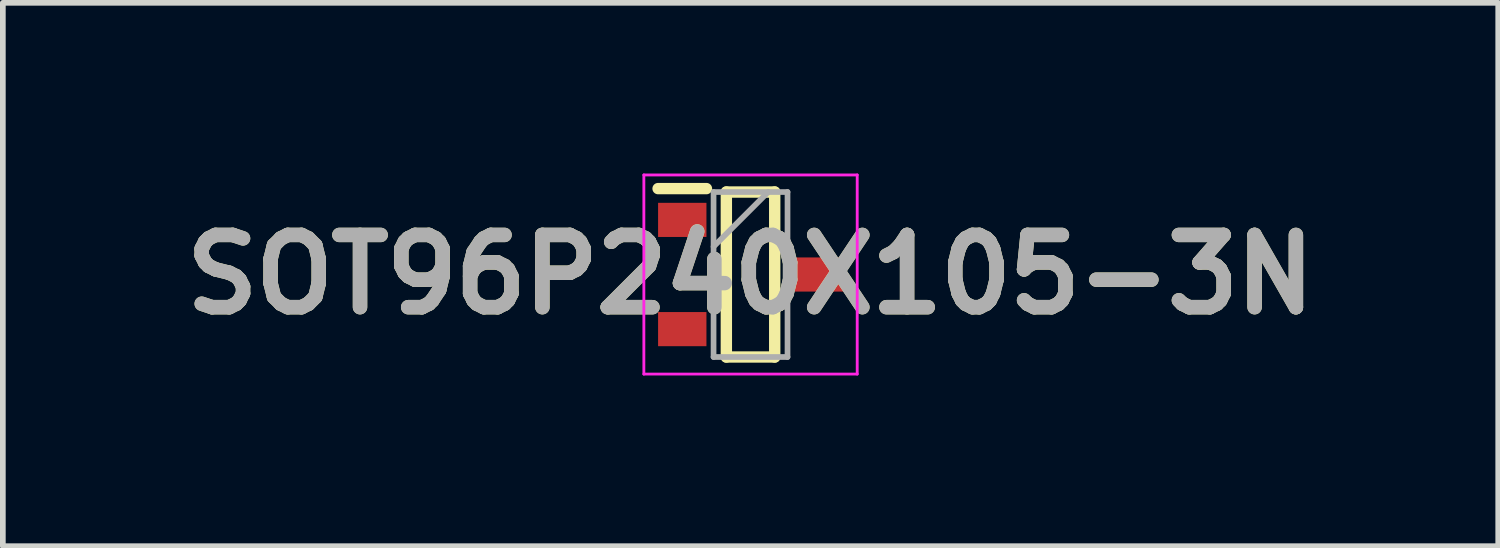
<source format=kicad_pcb>
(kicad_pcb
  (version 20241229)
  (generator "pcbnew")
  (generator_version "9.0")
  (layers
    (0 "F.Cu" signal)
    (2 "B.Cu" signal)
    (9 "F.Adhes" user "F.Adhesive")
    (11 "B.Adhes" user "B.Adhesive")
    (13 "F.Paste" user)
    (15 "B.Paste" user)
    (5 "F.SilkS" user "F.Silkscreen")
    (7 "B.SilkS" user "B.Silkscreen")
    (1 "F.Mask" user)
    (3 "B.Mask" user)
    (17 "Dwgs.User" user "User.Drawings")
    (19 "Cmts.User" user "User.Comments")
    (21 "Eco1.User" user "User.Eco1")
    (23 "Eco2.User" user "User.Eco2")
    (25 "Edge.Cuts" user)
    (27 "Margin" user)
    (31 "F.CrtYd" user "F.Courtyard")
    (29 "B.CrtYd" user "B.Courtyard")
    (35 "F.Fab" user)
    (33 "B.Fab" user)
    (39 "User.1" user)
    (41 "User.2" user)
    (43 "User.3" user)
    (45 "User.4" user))
  (footprint "SOT96P240X105-3N"
    (layer "F.Cu")
    (at 10.142 1.775)
    (property "Reference" "SOT96P240X105-3N" (at 0 0 0) (layer "F.SilkS") (effects (font (size 1.27 1.27) (thickness 0.254))))
    (attr smd)
    (fp_line (start -1.625 -1.51) (end -0.775 -1.51) (stroke (width 0.2) (type solid)) (layer "F.SilkS"))
    (fp_line (start -0.425 -1.45) (end 0.425 -1.45) (stroke (width 0.2) (type solid)) (layer "F.SilkS"))
    (fp_line (start -0.425 1.45) (end -0.425 -1.45) (stroke (width 0.2) (type solid)) (layer "F.SilkS"))
    (fp_line (start 0.425 -1.45) (end 0.425 1.45) (stroke (width 0.2) (type solid)) (layer "F.SilkS"))
    (fp_line (start 0.425 1.45) (end -0.425 1.45) (stroke (width 0.2) (type solid)) (layer "F.SilkS"))
    (fp_line (start -1.875 -1.75) (end 1.875 -1.75) (stroke (width 0.05) (type solid)) (layer "F.CrtYd"))
    (fp_line (start -1.875 1.75) (end -1.875 -1.75) (stroke (width 0.05) (type solid)) (layer "F.CrtYd"))
    (fp_line (start 1.875 -1.75) (end 1.875 1.75) (stroke (width 0.05) (type solid)) (layer "F.CrtYd"))
    (fp_line (start 1.875 1.75) (end -1.875 1.75) (stroke (width 0.05) (type solid)) (layer "F.CrtYd"))
    (fp_line (start -0.65 -1.45) (end 0.65 -1.45) (stroke (width 0.1) (type solid)) (layer "F.Fab"))
    (fp_line (start -0.65 -0.49) (end 0.31 -1.45) (stroke (width 0.1) (type solid)) (layer "F.Fab"))
    (fp_line (start -0.65 1.45) (end -0.65 -1.45) (stroke (width 0.1) (type solid)) (layer "F.Fab"))
    (fp_line (start 0.65 -1.45) (end 0.65 1.45) (stroke (width 0.1) (type solid)) (layer "F.Fab"))
    (fp_line (start 0.65 1.45) (end -0.65 1.45) (stroke (width 0.1) (type solid)) (layer "F.Fab"))
    (fp_text user "${REFERENCE}" (at 0 0 0) (layer "F.Fab") (effects (font (size 1.27 1.27) (thickness 0.254))))
    (pad "1" smd rect (at -1.2 -0.96 90) (size 0.6 0.85) (layers "F.Cu" "F.Mask" "F.Paste"))
    (pad "2" smd rect (at -1.2 0.96 90) (size 0.6 0.85) (layers "F.Cu" "F.Mask" "F.Paste"))
    (pad "3" smd rect (at 1.2 0 90) (size 0.6 0.85) (layers "F.Cu" "F.Mask" "F.Paste")))
  (gr_rect
    (start -3 -3)
    (end 23.284 6.55)
    (stroke (width 0.1) (type default))
    (fill no)
    (layer "Edge.Cuts")))
</source>
